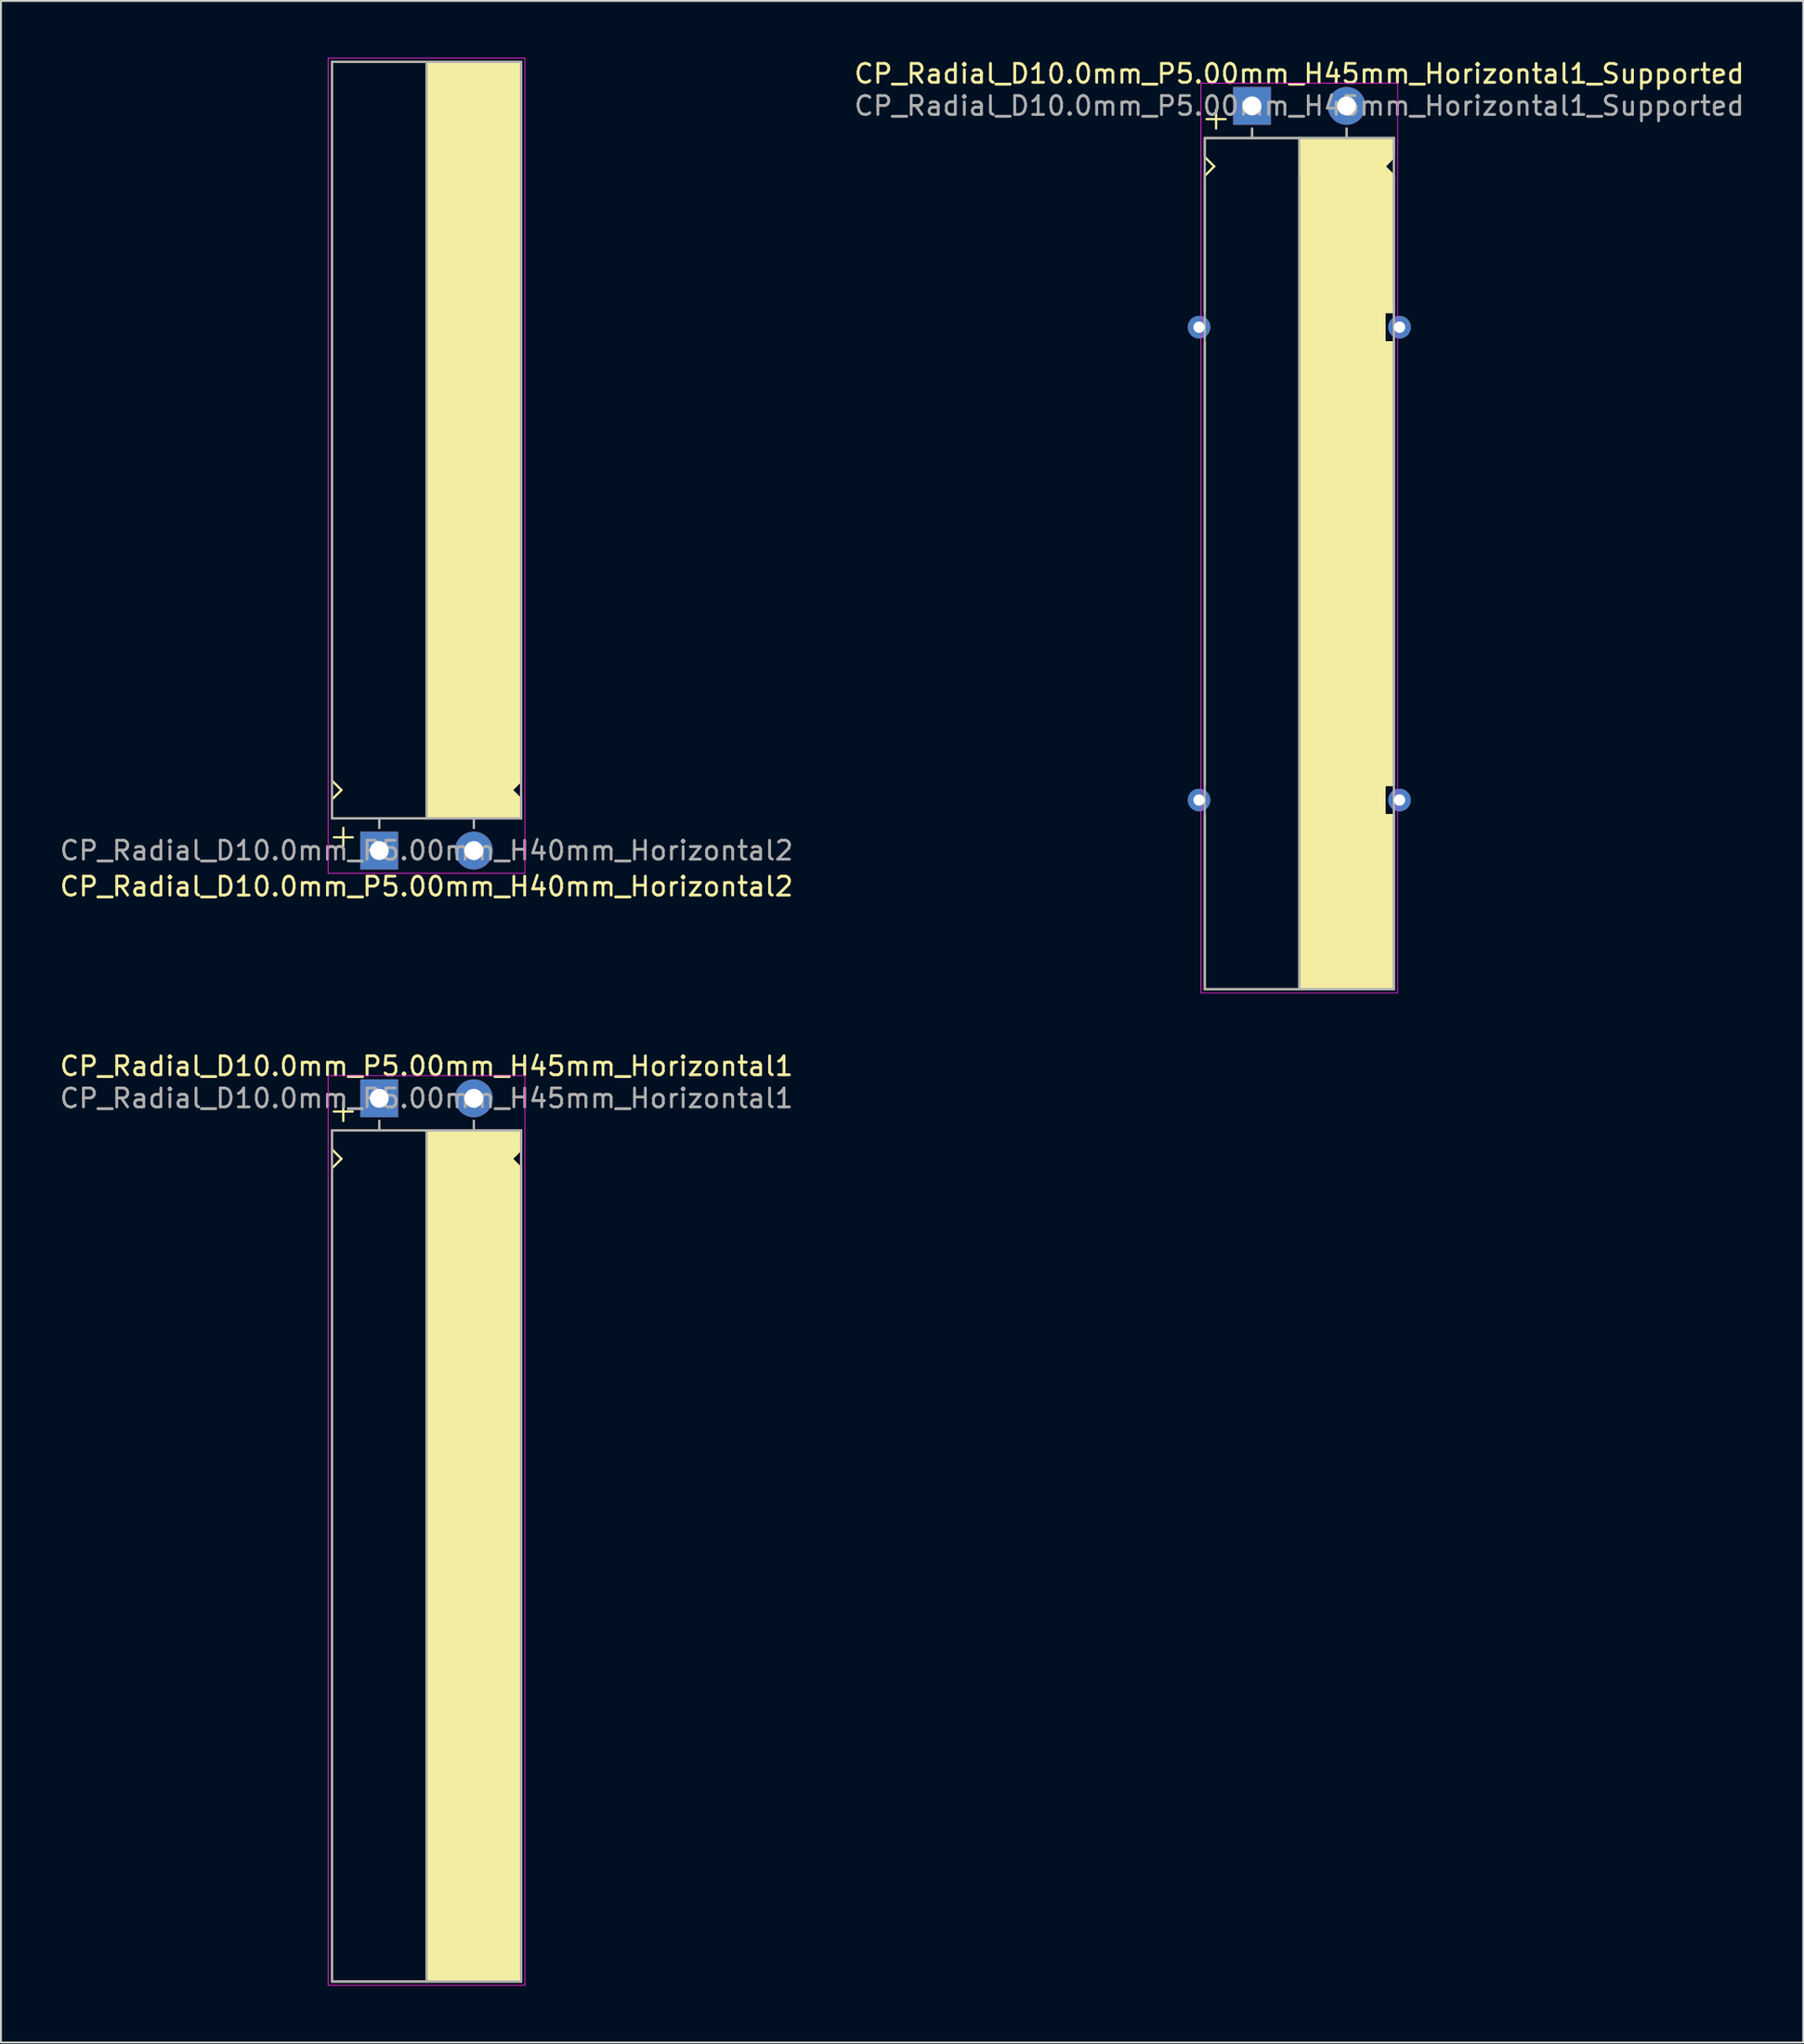
<source format=kicad_pcb>
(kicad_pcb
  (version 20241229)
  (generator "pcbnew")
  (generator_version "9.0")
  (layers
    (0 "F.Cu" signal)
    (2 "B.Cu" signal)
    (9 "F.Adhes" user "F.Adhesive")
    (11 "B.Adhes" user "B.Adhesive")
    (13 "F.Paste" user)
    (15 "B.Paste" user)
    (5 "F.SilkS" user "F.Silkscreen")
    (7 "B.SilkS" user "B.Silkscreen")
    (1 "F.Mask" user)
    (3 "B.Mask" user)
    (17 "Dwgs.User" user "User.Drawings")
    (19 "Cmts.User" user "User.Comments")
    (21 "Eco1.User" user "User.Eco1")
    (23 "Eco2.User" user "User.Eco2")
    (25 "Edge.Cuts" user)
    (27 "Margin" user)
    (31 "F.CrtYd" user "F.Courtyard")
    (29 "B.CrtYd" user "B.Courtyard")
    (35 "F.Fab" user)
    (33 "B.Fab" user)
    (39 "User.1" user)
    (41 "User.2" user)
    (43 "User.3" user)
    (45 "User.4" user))
  (footprint "CP_Radial_D10.0mm_P5.00mm_H45mm_Horizontal1_Supported"
    (layer "F.Cu")
    (at 63.161 2.548)
    (property "Reference" "CP_Radial_D10.0mm_P5.00mm_H45mm_Horizontal1_Supported" (at 2.5 -1.7 0) (layer "F.SilkS") (effects (font (size 1 1) (thickness 0.15))))
    (attr through_hole)
    (fp_line (start -2.5 1.7) (end -2.5 2.7) (stroke (width 0.12) (type solid)) (layer "F.SilkS"))
    (fp_line (start -2.5 2.7) (end -2 3.2) (stroke (width 0.12) (type solid)) (layer "F.SilkS"))
    (fp_line (start -2.5 3.8) (end -2.5 10.9) (stroke (width 0.12) (type solid)) (layer "F.SilkS"))
    (fp_line (start -2.5 12.5) (end -2.5 35.9) (stroke (width 0.12) (type solid)) (layer "F.SilkS"))
    (fp_line (start -2.5 37.5) (end -2.5 46.7) (stroke (width 0.12) (type solid)) (layer "F.SilkS"))
    (fp_line (start -2.5 46.7) (end 7.5 46.7) (stroke (width 0.12) (type solid)) (layer "F.SilkS"))
    (fp_line (start -2 3.2) (end -2.5 3.7) (stroke (width 0.12) (type solid)) (layer "F.SilkS"))
    (fp_line (start -1.9 0.2) (end -1.9 1.2) (stroke (width 0.12) (type solid)) (layer "F.SilkS"))
    (fp_line (start -1.4 0.7) (end -2.4 0.7) (stroke (width 0.12) (type solid)) (layer "F.SilkS"))
    (fp_line (start 0 1.7) (end 0 1.2) (stroke (width 0.12) (type solid)) (layer "F.SilkS"))
    (fp_line (start 2.5 1.7) (end -2.5 1.7) (stroke (width 0.12) (type solid)) (layer "F.SilkS"))
    (fp_line (start 2.5 46.7) (end 2.5 1.7) (stroke (width 0.12) (type solid)) (layer "F.SilkS"))
    (fp_line (start 5 1.7) (end 5 1.2) (stroke (width 0.12) (type solid)) (layer "F.SilkS"))
    (fp_line (start 7 3.2) (end 7.5 3.7) (stroke (width 0.12) (type solid)) (layer "F.SilkS"))
    (fp_line (start 7 10.9) (end 7 12.5) (stroke (width 0.12) (type solid)) (layer "F.SilkS"))
    (fp_line (start 7 12.5) (end 7.5 12.5) (stroke (width 0.12) (type solid)) (layer "F.SilkS"))
    (fp_line (start 7 35.9) (end 7 37.5) (stroke (width 0.12) (type solid)) (layer "F.SilkS"))
    (fp_line (start 7 37.5) (end 7.5 37.5) (stroke (width 0.12) (type solid)) (layer "F.SilkS"))
    (fp_line (start 7.5 1.7) (end 2.5 1.7) (stroke (width 0.12) (type solid)) (layer "F.SilkS"))
    (fp_line (start 7.5 1.7) (end 7.5 2.7) (stroke (width 0.12) (type solid)) (layer "F.SilkS"))
    (fp_line (start 7.5 2.7) (end 7 3.2) (stroke (width 0.12) (type solid)) (layer "F.SilkS"))
    (fp_line (start 7.5 3.7) (end 7.5 10.9) (stroke (width 0.12) (type solid)) (layer "F.SilkS"))
    (fp_line (start 7.5 10.9) (end 7 10.9) (stroke (width 0.12) (type solid)) (layer "F.SilkS"))
    (fp_line (start 7.5 12.5) (end 7.5 35.9) (stroke (width 0.12) (type solid)) (layer "F.SilkS"))
    (fp_line (start 7.5 35.9) (end 7 35.9) (stroke (width 0.12) (type solid)) (layer "F.SilkS"))
    (fp_line (start 7.5 37.5) (end 7.5 46.7) (stroke (width 0.12) (type solid)) (layer "F.SilkS"))
    (fp_poly (pts (xy 7.5 2.7) (xy 7 3.2) (xy 7.5 3.7) (xy 7.5 10.9) (xy 7 10.9) (xy 7 12.5) (xy 7.5 12.5) (xy 7.5 35.9) (xy 7 35.9) (xy 7 37.5) (xy 7.5 37.5) (xy 7.5 46.7) (xy 2.5 46.7) (xy 2.5 1.7) (xy 7.5 1.7)) (stroke (width 0.1) (type solid)) (fill yes) (layer "F.SilkS"))
    (fp_line (start -2.7 -1.2) (end 5.3 -1.2) (stroke (width 0.04) (type solid)) (layer "F.CrtYd"))
    (fp_line (start -2.7 46.9) (end -2.7 -1.2) (stroke (width 0.04) (type solid)) (layer "F.CrtYd"))
    (fp_line (start 5.3 -1.2) (end 7.7 -1.2) (stroke (width 0.04) (type solid)) (layer "F.CrtYd"))
    (fp_line (start 7.7 -1.2) (end 7.7 46.9) (stroke (width 0.04) (type solid)) (layer "F.CrtYd"))
    (fp_line (start 7.7 46.9) (end -2.7 46.9) (stroke (width 0.04) (type solid)) (layer "F.CrtYd"))
    (fp_line (start -2.5 1.7) (end -2.5 46.7) (stroke (width 0.12) (type solid)) (layer "F.Fab"))
    (fp_line (start -2.5 46.7) (end 7.5 46.7) (stroke (width 0.12) (type solid)) (layer "F.Fab"))
    (fp_line (start 0 1.7) (end 0 1.2) (stroke (width 0.12) (type solid)) (layer "F.Fab"))
    (fp_line (start 2.5 3.7) (end 2.5 46.7) (stroke (width 0.12) (type solid)) (layer "F.Fab"))
    (fp_line (start 5 1.7) (end 5 1.2) (stroke (width 0.12) (type solid)) (layer "F.Fab"))
    (fp_line (start 7.5 1.7) (end -2.5 1.7) (stroke (width 0.12) (type solid)) (layer "F.Fab"))
    (fp_line (start 7.5 46.7) (end 7.5 1.7) (stroke (width 0.12) (type solid)) (layer "F.Fab"))
    (fp_poly (pts (xy 7.5 46.7) (xy 2.5 46.7) (xy 2.5 1.7) (xy 7.5 1.7)) (stroke (width 0.1) (type solid)) (fill no) (layer "F.Fab"))
    (fp_text user "${REFERENCE}" (at 2.5 0 0) (layer "F.Fab") (effects (font (size 1 1) (thickness 0.15))))
    (pad "" thru_hole circle (at -2.8 11.7 180) (size 1.2 1.2) (drill 0.6) (layers "*.Cu" "*.Mask"))
    (pad "" thru_hole circle (at -2.8 36.7) (size 1.2 1.2) (drill 0.6) (layers "*.Cu" "*.Mask"))
    (pad "" thru_hole circle (at 7.8 11.7) (size 1.2 1.2) (drill 0.6) (layers "*.Cu" "*.Mask"))
    (pad "" thru_hole circle (at 7.8 36.7) (size 1.2 1.2) (drill 0.6) (layers "*.Cu" "*.Mask"))
    (pad "1" thru_hole rect (at 0 0) (size 2 2) (drill 1) (layers "*.Cu" "*.Mask"))
    (pad "2" thru_hole circle (at 5 0) (size 2 2) (drill 1) (layers "*.Cu" "*.Mask")))
  (footprint "CP_Radial_D10.0mm_P5.00mm_H40mm_Horizontal2"
    (layer "F.Cu")
    (at 17.006 41.92)
    (property "Reference" "CP_Radial_D10.0mm_P5.00mm_H40mm_Horizontal2" (at 2.5 1.9 0) (layer "F.SilkS") (effects (font (size 1 1) (thickness 0.15))))
    (attr through_hole)
    (fp_line (start -2.5 -41.7) (end 7.5 -41.7) (stroke (width 0.12) (type solid)) (layer "F.SilkS"))
    (fp_line (start -2.5 -11.7) (end -2.5 -41.7) (stroke (width 0.12) (type solid)) (layer "F.SilkS"))
    (fp_line (start -2.5 -3.7) (end -2.5 -11.7) (stroke (width 0.12) (type solid)) (layer "F.SilkS"))
    (fp_line (start -2.5 -2.7) (end -2 -3.2) (stroke (width 0.12) (type solid)) (layer "F.SilkS"))
    (fp_line (start -2.5 -1.7) (end -2.5 -2.7) (stroke (width 0.12) (type solid)) (layer "F.SilkS"))
    (fp_line (start -2 -3.2) (end -2.5 -3.7) (stroke (width 0.12) (type solid)) (layer "F.SilkS"))
    (fp_line (start -1.9 -1.2) (end -1.9 -0.2) (stroke (width 0.12) (type solid)) (layer "F.SilkS"))
    (fp_line (start -1.4 -0.7) (end -2.4 -0.7) (stroke (width 0.12) (type solid)) (layer "F.SilkS"))
    (fp_line (start 0 -1.7) (end 0 -1.2) (stroke (width 0.12) (type solid)) (layer "F.SilkS"))
    (fp_line (start 2.5 -41.7) (end 2.5 -1.7) (stroke (width 0.12) (type solid)) (layer "F.SilkS"))
    (fp_line (start 2.5 -1.7) (end -2.5 -1.7) (stroke (width 0.12) (type solid)) (layer "F.SilkS"))
    (fp_line (start 5 -1.7) (end 5 -1.2) (stroke (width 0.12) (type solid)) (layer "F.SilkS"))
    (fp_line (start 7 -3.2) (end 7.5 -3.7) (stroke (width 0.12) (type solid)) (layer "F.SilkS"))
    (fp_line (start 7.5 -11.7) (end 7.5 -41.7) (stroke (width 0.12) (type solid)) (layer "F.SilkS"))
    (fp_line (start 7.5 -3.7) (end 7.5 -11.7) (stroke (width 0.12) (type solid)) (layer "F.SilkS"))
    (fp_line (start 7.5 -2.7) (end 7 -3.2) (stroke (width 0.12) (type solid)) (layer "F.SilkS"))
    (fp_line (start 7.5 -1.7) (end 2.5 -1.7) (stroke (width 0.12) (type solid)) (layer "F.SilkS"))
    (fp_line (start 7.5 -1.7) (end 7.5 -2.7) (stroke (width 0.12) (type solid)) (layer "F.SilkS"))
    (fp_poly (pts (xy 7.5 -2.7) (xy 7 -3.2) (xy 7.5 -3.7) (xy 7.5 -41.7) (xy 2.5 -41.7) (xy 2.5 -1.7) (xy 7.5 -1.7)) (stroke (width 0.1) (type solid)) (fill yes) (layer "F.SilkS"))
    (fp_line (start -2.7 -41.9) (end -2.7 1.2) (stroke (width 0.04) (type solid)) (layer "F.CrtYd"))
    (fp_line (start -2.7 1.2) (end 5.3 1.2) (stroke (width 0.04) (type solid)) (layer "F.CrtYd"))
    (fp_line (start 5.3 1.2) (end 7.7 1.2) (stroke (width 0.04) (type solid)) (layer "F.CrtYd"))
    (fp_line (start 7.7 -41.9) (end -2.7 -41.9) (stroke (width 0.04) (type solid)) (layer "F.CrtYd"))
    (fp_line (start 7.7 1.2) (end 7.7 -41.9) (stroke (width 0.04) (type solid)) (layer "F.CrtYd"))
    (fp_line (start -2.5 -41.7) (end 7.5 -41.7) (stroke (width 0.12) (type solid)) (layer "F.Fab"))
    (fp_line (start -2.5 -1.7) (end -2.5 -41.7) (stroke (width 0.12) (type solid)) (layer "F.Fab"))
    (fp_line (start 0 -1.7) (end 0 -1.2) (stroke (width 0.12) (type solid)) (layer "F.Fab"))
    (fp_line (start 2.5 -1.7) (end 2.5 -41.7) (stroke (width 0.12) (type solid)) (layer "F.Fab"))
    (fp_line (start 5 -1.7) (end 5 -1.2) (stroke (width 0.12) (type solid)) (layer "F.Fab"))
    (fp_line (start 7.5 -41.7) (end 7.5 -1.7) (stroke (width 0.12) (type solid)) (layer "F.Fab"))
    (fp_line (start 7.5 -1.7) (end -2.5 -1.7) (stroke (width 0.12) (type solid)) (layer "F.Fab"))
    (fp_poly (pts (xy 7.5 -41.7) (xy 2.5 -41.7) (xy 2.5 -1.7) (xy 7.5 -1.7)) (stroke (width 0.1) (type solid)) (fill no) (layer "F.Fab"))
    (fp_text user "${REFERENCE}" (at 2.5 0 0) (layer "F.Fab") (effects (font (size 1 1) (thickness 0.15))))
    (pad "1" thru_hole rect (at 0 0) (size 2 2) (drill 1) (layers "*.Cu" "*.Mask"))
    (pad "2" thru_hole circle (at 5 0) (size 2 2) (drill 1) (layers "*.Cu" "*.Mask")))
  (footprint "CP_Radial_D10.0mm_P5.00mm_H45mm_Horizontal1"
    (layer "F.Cu")
    (at 17.006 55.017)
    (property "Reference" "CP_Radial_D10.0mm_P5.00mm_H45mm_Horizontal1" (at 2.5 -1.7 0) (layer "F.SilkS") (effects (font (size 1 1) (thickness 0.15))))
    (attr through_hole)
    (fp_line (start -2.5 1.7) (end -2.5 2.7) (stroke (width 0.12) (type solid)) (layer "F.SilkS"))
    (fp_line (start -2.5 2.7) (end -2 3.2) (stroke (width 0.12) (type solid)) (layer "F.SilkS"))
    (fp_line (start -2.5 3.7) (end -2.5 11.7) (stroke (width 0.12) (type solid)) (layer "F.SilkS"))
    (fp_line (start -2.5 11.7) (end -2.5 46.7) (stroke (width 0.12) (type solid)) (layer "F.SilkS"))
    (fp_line (start -2.5 46.7) (end 7.5 46.7) (stroke (width 0.12) (type solid)) (layer "F.SilkS"))
    (fp_line (start -2 3.2) (end -2.5 3.7) (stroke (width 0.12) (type solid)) (layer "F.SilkS"))
    (fp_line (start -1.9 0.2) (end -1.9 1.2) (stroke (width 0.12) (type solid)) (layer "F.SilkS"))
    (fp_line (start -1.4 0.7) (end -2.4 0.7) (stroke (width 0.12) (type solid)) (layer "F.SilkS"))
    (fp_line (start 0 1.7) (end 0 1.2) (stroke (width 0.12) (type solid)) (layer "F.SilkS"))
    (fp_line (start 2.5 1.7) (end -2.5 1.7) (stroke (width 0.12) (type solid)) (layer "F.SilkS"))
    (fp_line (start 2.5 46.7) (end 2.5 1.7) (stroke (width 0.12) (type solid)) (layer "F.SilkS"))
    (fp_line (start 5 1.7) (end 5 1.2) (stroke (width 0.12) (type solid)) (layer "F.SilkS"))
    (fp_line (start 7 3.2) (end 7.5 3.7) (stroke (width 0.12) (type solid)) (layer "F.SilkS"))
    (fp_line (start 7.5 1.7) (end 2.5 1.7) (stroke (width 0.12) (type solid)) (layer "F.SilkS"))
    (fp_line (start 7.5 1.7) (end 7.5 2.7) (stroke (width 0.12) (type solid)) (layer "F.SilkS"))
    (fp_line (start 7.5 2.7) (end 7 3.2) (stroke (width 0.12) (type solid)) (layer "F.SilkS"))
    (fp_line (start 7.5 3.7) (end 7.5 11.7) (stroke (width 0.12) (type solid)) (layer "F.SilkS"))
    (fp_line (start 7.5 11.7) (end 7.5 46.7) (stroke (width 0.12) (type solid)) (layer "F.SilkS"))
    (fp_poly (pts (xy 7.5 2.7) (xy 7 3.2) (xy 7.5 3.7) (xy 7.5 46.7) (xy 2.5 46.7) (xy 2.5 1.7) (xy 7.5 1.7)) (stroke (width 0.1) (type solid)) (fill yes) (layer "F.SilkS"))
    (fp_line (start -2.7 -1.2) (end 5.3 -1.2) (stroke (width 0.04) (type solid)) (layer "F.CrtYd"))
    (fp_line (start -2.7 46.9) (end -2.7 -1.2) (stroke (width 0.04) (type solid)) (layer "F.CrtYd"))
    (fp_line (start 5.3 -1.2) (end 7.7 -1.2) (stroke (width 0.04) (type solid)) (layer "F.CrtYd"))
    (fp_line (start 7.7 -1.2) (end 7.7 46.9) (stroke (width 0.04) (type solid)) (layer "F.CrtYd"))
    (fp_line (start 7.7 46.9) (end -2.7 46.9) (stroke (width 0.04) (type solid)) (layer "F.CrtYd"))
    (fp_line (start -2.5 1.7) (end -2.5 46.7) (stroke (width 0.12) (type solid)) (layer "F.Fab"))
    (fp_line (start -2.5 46.7) (end 7.5 46.7) (stroke (width 0.12) (type solid)) (layer "F.Fab"))
    (fp_line (start 0 1.7) (end 0 1.2) (stroke (width 0.12) (type solid)) (layer "F.Fab"))
    (fp_line (start 2.5 1.7) (end 2.5 46.7) (stroke (width 0.12) (type solid)) (layer "F.Fab"))
    (fp_line (start 5 1.7) (end 5 1.2) (stroke (width 0.12) (type solid)) (layer "F.Fab"))
    (fp_line (start 7.5 1.7) (end -2.5 1.7) (stroke (width 0.12) (type solid)) (layer "F.Fab"))
    (fp_line (start 7.5 46.7) (end 7.5 1.7) (stroke (width 0.12) (type solid)) (layer "F.Fab"))
    (fp_poly (pts (xy 7.5 46.7) (xy 2.5 46.7) (xy 2.5 1.7) (xy 7.5 1.7)) (stroke (width 0.1) (type solid)) (fill no) (layer "F.Fab"))
    (fp_text user "${REFERENCE}" (at 2.5 0 0) (layer "F.Fab") (effects (font (size 1 1) (thickness 0.15))))
    (pad "1" thru_hole rect (at 0 0) (size 2 2) (drill 1) (layers "*.Cu" "*.Mask"))
    (pad "2" thru_hole circle (at 5 0) (size 2 2) (drill 1) (layers "*.Cu" "*.Mask")))
  (gr_rect
    (start -3 -3)
    (end 92.31 104.936)
    (stroke (width 0.1) (type default))
    (fill no)
    (layer "Edge.Cuts")))
</source>
